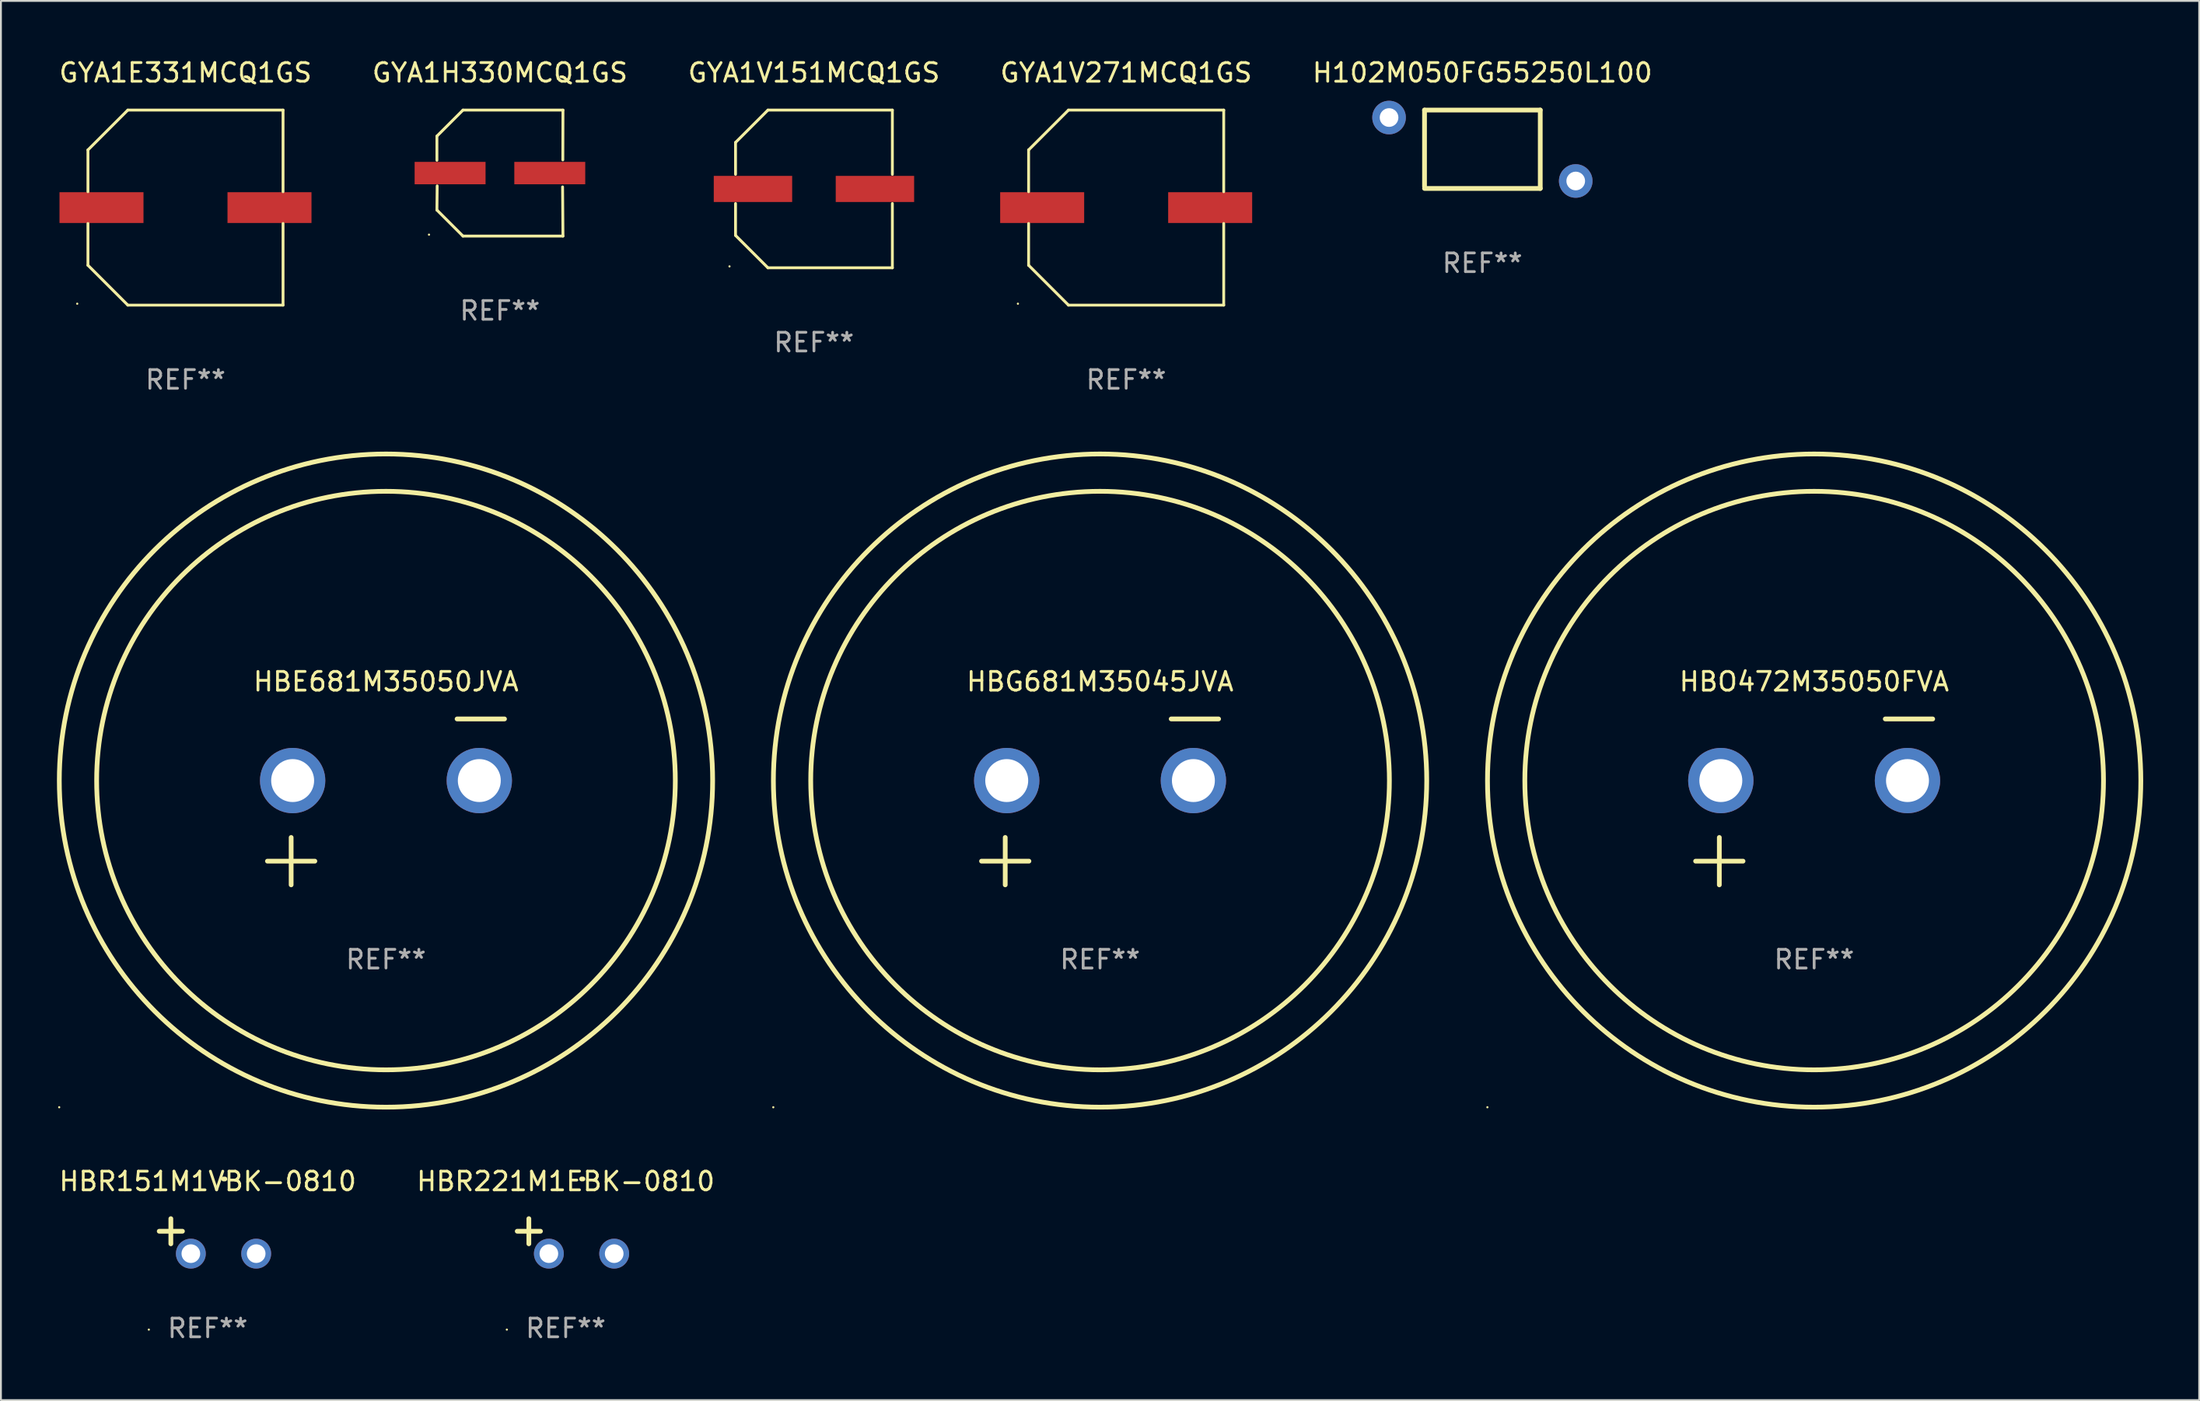
<source format=kicad_pcb>
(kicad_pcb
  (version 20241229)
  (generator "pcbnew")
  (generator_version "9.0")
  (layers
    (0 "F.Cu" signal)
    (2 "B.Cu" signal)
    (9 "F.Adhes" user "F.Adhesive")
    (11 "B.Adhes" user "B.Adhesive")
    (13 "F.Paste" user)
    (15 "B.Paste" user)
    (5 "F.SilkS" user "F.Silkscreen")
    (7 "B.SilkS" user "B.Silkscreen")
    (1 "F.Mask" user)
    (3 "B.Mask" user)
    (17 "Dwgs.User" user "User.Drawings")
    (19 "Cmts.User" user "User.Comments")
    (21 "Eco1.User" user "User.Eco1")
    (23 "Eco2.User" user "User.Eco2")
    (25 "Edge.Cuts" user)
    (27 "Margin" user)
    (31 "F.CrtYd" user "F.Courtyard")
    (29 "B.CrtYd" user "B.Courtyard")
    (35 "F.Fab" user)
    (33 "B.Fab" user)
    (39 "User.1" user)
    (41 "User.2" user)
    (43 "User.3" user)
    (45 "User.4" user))
  (footprint "HBO472M35050FVA"
    (layer "F.Cu")
    (at 94.136 39.919)
    (property "Reference" "HBO472M35050FVA" (at 0 -6.445 0) (layer "F.SilkS") (effects (font (size 1 1) (thickness 0.15))))
    (attr through_hole)
    (fp_line (start -6.35 3.175) (end -3.81 3.175) (stroke (width 0.254) (type solid)) (layer "F.SilkS"))
    (fp_line (start -5.08 1.905) (end -5.08 4.445) (stroke (width 0.254) (type solid)) (layer "F.SilkS"))
    (fp_line (start 3.81 -4.445) (end 6.35 -4.445) (stroke (width 0.254) (type solid)) (layer "F.SilkS"))
    (fp_circle (center -17.505 16.362) (end -17.475 16.362) (stroke (width 0.06) (type solid)) (fill no) (layer "F.SilkS"))
    (fp_circle (center 0 -1.143) (end 15.5 -1.143) (stroke (width 0.254) (type solid)) (fill no) (layer "F.SilkS"))
    (fp_circle (center 0 -1.143) (end 17.5 -1.143) (stroke (width 0.254) (type solid)) (fill no) (layer "F.SilkS"))
    (fp_text user "REF**" (at 0 8.445 0) (layer "F.Fab") (effects (font (size 1 1) (thickness 0.15))))
    (pad "1" thru_hole circle (at -5 -1.143) (size 3.5 3.5) (drill 2.3) (layers "*.Cu" "*.Mask"))
    (pad "2" thru_hole circle (at 5 -1.143) (size 3.5 3.5) (drill 2.3) (layers "*.Cu" "*.Mask")))
  (footprint "GYA1E331MCQ1GS"
    (layer "F.Cu")
    (at 6.887 8.074)
    (property "Reference" "GYA1E331MCQ1GS" (at 0 -7.226 0) (layer "F.SilkS") (effects (font (size 1 1) (thickness 0.15))))
    (attr through_hole)
    (fp_line (start -5.226 -3.09) (end -5.226 -0.852) (stroke (width 0.152) (type solid)) (layer "F.SilkS"))
    (fp_line (start -5.226 3.09) (end -5.226 0.852) (stroke (width 0.152) (type solid)) (layer "F.SilkS"))
    (fp_line (start -3.09 -5.226) (end -5.226 -3.09) (stroke (width 0.152) (type solid)) (layer "F.SilkS"))
    (fp_line (start -3.09 5.226) (end -5.226 3.09) (stroke (width 0.152) (type solid)) (layer "F.SilkS"))
    (fp_line (start 5.226 -5.226) (end -3.09 -5.226) (stroke (width 0.152) (type solid)) (layer "F.SilkS"))
    (fp_line (start 5.226 -0.852) (end 5.226 -5.226) (stroke (width 0.152) (type solid)) (layer "F.SilkS"))
    (fp_line (start 5.226 0.852) (end 5.226 5.226) (stroke (width 0.152) (type solid)) (layer "F.SilkS"))
    (fp_line (start 5.226 5.226) (end -3.09 5.226) (stroke (width 0.152) (type solid)) (layer "F.SilkS"))
    (fp_circle (center -5.8 5.15) (end -5.77 5.15) (stroke (width 0.06) (type solid)) (fill no) (layer "F.SilkS"))
    (fp_text user "REF**" (at 0 9.226 0) (layer "F.Fab") (effects (font (size 1 1) (thickness 0.15))))
    (pad "1" smd rect (at -4.5 0) (size 4.5 1.65) (layers "F.Cu" "F.Mask" "F.Paste"))
    (pad "2" smd rect (at 4.5 0) (size 4.5 1.65) (layers "F.Cu" "F.Mask" "F.Paste")))
  (footprint "GYA1H330MCQ1GS"
    (layer "F.Cu")
    (at 23.732 6.224)
    (property "Reference" "GYA1H330MCQ1GS" (at 0 -5.376 0) (layer "F.SilkS") (effects (font (size 1 1) (thickness 0.15))))
    (attr through_hole)
    (fp_line (start -3.376 -1.98) (end -3.376 -0.686) (stroke (width 0.152) (type solid)) (layer "F.SilkS"))
    (fp_line (start -3.376 1.981) (end -3.362 0.686) (stroke (width 0.152) (type solid)) (layer "F.SilkS"))
    (fp_line (start -1.981 3.376) (end -3.376 1.981) (stroke (width 0.152) (type solid)) (layer "F.SilkS"))
    (fp_line (start -1.98 -3.376) (end -3.376 -1.98) (stroke (width 0.152) (type solid)) (layer "F.SilkS"))
    (fp_line (start 3.356 0.74) (end 3.376 3.376) (stroke (width 0.152) (type solid)) (layer "F.SilkS"))
    (fp_line (start 3.369 -0.707) (end 3.376 -3.376) (stroke (width 0.152) (type solid)) (layer "F.SilkS"))
    (fp_line (start 3.376 3.376) (end -1.981 3.376) (stroke (width 0.152) (type solid)) (layer "F.SilkS"))
    (fp_line (start 3.376 -3.376) (end -1.98 -3.376) (stroke (width 0.152) (type solid)) (layer "F.SilkS"))
    (fp_circle (center -3.8 3.3) (end -3.77 3.3) (stroke (width 0.06) (type solid)) (fill no) (layer "F.SilkS"))
    (fp_text user "REF**" (at 0 7.376 0) (layer "F.Fab") (effects (font (size 1 1) (thickness 0.15))))
    (pad "1" smd rect (at -2.67 0.000254) (size 3.8 1.2) (layers "F.Cu" "F.Mask" "F.Paste"))
    (pad "2" smd rect (at 2.67 0.000254) (size 3.8 1.2) (layers "F.Cu" "F.Mask" "F.Paste")))
  (footprint "H102M050FG55250L100"
    (layer "F.Cu")
    (at 76.363 4.948)
    (property "Reference" "H102M050FG55250L100" (at 0 -4.1 0) (layer "F.SilkS") (effects (font (size 1 1) (thickness 0.15))))
    (attr through_hole)
    (fp_line (start -3.1 -2.1) (end -3.1 2) (stroke (width 0.254) (type solid)) (layer "F.SilkS"))
    (fp_line (start -3.1 -2.1) (end 3.1 -2.1) (stroke (width 0.254) (type solid)) (layer "F.SilkS"))
    (fp_line (start -3.1 2.1) (end 3.1 2.1) (stroke (width 0.254) (type solid)) (layer "F.SilkS"))
    (fp_line (start 3.1 -2.1) (end 3.1 2.1) (stroke (width 0.254) (type solid)) (layer "F.SilkS"))
    (fp_circle (center -5.275 -2) (end -5.245 -2) (stroke (width 0.06) (type solid)) (fill no) (layer "F.SilkS"))
    (fp_text user "REF**" (at 0 6.1 0) (layer "F.Fab") (effects (font (size 1 1) (thickness 0.15))))
    (pad "1" thru_hole circle (at -5 -1.7) (size 1.8 1.8) (drill 1) (layers "*.Cu" "*.Mask"))
    (pad "2" thru_hole circle (at 5 1.7) (size 1.8 1.8) (drill 1) (layers "*.Cu" "*.Mask")))
  (footprint "HBE681M35050JVA"
    (layer "F.Cu")
    (at 17.627 39.919)
    (property "Reference" "HBE681M35050JVA" (at 0 -6.445 0) (layer "F.SilkS") (effects (font (size 1 1) (thickness 0.15))))
    (attr through_hole)
    (fp_line (start -6.35 3.175) (end -3.81 3.175) (stroke (width 0.254) (type solid)) (layer "F.SilkS"))
    (fp_line (start -5.08 1.905) (end -5.08 4.445) (stroke (width 0.254) (type solid)) (layer "F.SilkS"))
    (fp_line (start 3.81 -4.445) (end 6.35 -4.445) (stroke (width 0.254) (type solid)) (layer "F.SilkS"))
    (fp_circle (center -17.505 16.362) (end -17.475 16.362) (stroke (width 0.06) (type solid)) (fill no) (layer "F.SilkS"))
    (fp_circle (center 0 -1.143) (end 15.5 -1.143) (stroke (width 0.254) (type solid)) (fill no) (layer "F.SilkS"))
    (fp_circle (center 0 -1.143) (end 17.5 -1.143) (stroke (width 0.254) (type solid)) (fill no) (layer "F.SilkS"))
    (fp_text user "REF**" (at 0 8.445 0) (layer "F.Fab") (effects (font (size 1 1) (thickness 0.15))))
    (pad "1" thru_hole circle (at -5 -1.143) (size 3.5 3.5) (drill 2.3) (layers "*.Cu" "*.Mask"))
    (pad "2" thru_hole circle (at 5 -1.143) (size 3.5 3.5) (drill 2.3) (layers "*.Cu" "*.Mask")))
  (footprint "HBR221M1EBK-0810"
    (layer "F.Cu")
    (at 27.256 63.188)
    (property "Reference" "HBR221M1EBK-0810" (at 0 -2.937 0) (layer "F.SilkS") (effects (font (size 1 1) (thickness 0.15))))
    (attr through_hole)
    (fp_line (start -1.975 0.41) (end -1.975 -0.937) (stroke (width 0.254) (type solid)) (layer "F.SilkS"))
    (fp_line (start -1.353 -0.263) (end -2.597 -0.263) (stroke (width 0.254) (type solid)) (layer "F.SilkS"))
    (fp_arc (start 0.849809 -3.063957) (mid 0.885369 -3.064114) (end 0.920929 -3.063957) (stroke (width 0.254001) (type solid)) (layer "F.SilkS"))
    (fp_circle (center -3.154 5.008) (end -3.124 5.008) (stroke (width 0.06) (type solid)) (fill no) (layer "F.SilkS"))
    (fp_text user "REF**" (at 0 4.937 0) (layer "F.Fab") (effects (font (size 1 1) (thickness 0.15))))
    (pad "1" thru_hole circle (at -0.903 0.937) (size 1.6 1.6) (drill 1) (layers "*.Cu" "*.Mask"))
    (pad "2" thru_hole circle (at 2.597 0.937) (size 1.6 1.6) (drill 1) (layers "*.Cu" "*.Mask")))
  (footprint "HBR151M1VBK-0810"
    (layer "F.Cu")
    (at 8.077 63.188)
    (property "Reference" "HBR151M1VBK-0810" (at 0 -2.937 0) (layer "F.SilkS") (effects (font (size 1 1) (thickness 0.15))))
    (attr through_hole)
    (fp_line (start -1.975 0.41) (end -1.975 -0.937) (stroke (width 0.254) (type solid)) (layer "F.SilkS"))
    (fp_line (start -1.353 -0.263) (end -2.597 -0.263) (stroke (width 0.254) (type solid)) (layer "F.SilkS"))
    (fp_arc (start 0.849809 -3.063957) (mid 0.885369 -3.064114) (end 0.920929 -3.063957) (stroke (width 0.254001) (type solid)) (layer "F.SilkS"))
    (fp_circle (center -3.154 5.008) (end -3.124 5.008) (stroke (width 0.06) (type solid)) (fill no) (layer "F.SilkS"))
    (fp_text user "REF**" (at 0 4.937 0) (layer "F.Fab") (effects (font (size 1 1) (thickness 0.15))))
    (pad "1" thru_hole circle (at -0.903 0.937) (size 1.6 1.6) (drill 1) (layers "*.Cu" "*.Mask"))
    (pad "2" thru_hole circle (at 2.597 0.937) (size 1.6 1.6) (drill 1) (layers "*.Cu" "*.Mask")))
  (footprint "HBG681M35045JVA"
    (layer "F.Cu")
    (at 55.881 39.919)
    (property "Reference" "HBG681M35045JVA" (at 0 -6.445 0) (layer "F.SilkS") (effects (font (size 1 1) (thickness 0.15))))
    (attr through_hole)
    (fp_line (start -6.35 3.175) (end -3.81 3.175) (stroke (width 0.254) (type solid)) (layer "F.SilkS"))
    (fp_line (start -5.08 1.905) (end -5.08 4.445) (stroke (width 0.254) (type solid)) (layer "F.SilkS"))
    (fp_line (start 3.81 -4.445) (end 6.35 -4.445) (stroke (width 0.254) (type solid)) (layer "F.SilkS"))
    (fp_circle (center -17.505 16.362) (end -17.475 16.362) (stroke (width 0.06) (type solid)) (fill no) (layer "F.SilkS"))
    (fp_circle (center 0 -1.143) (end 15.5 -1.143) (stroke (width 0.254) (type solid)) (fill no) (layer "F.SilkS"))
    (fp_circle (center 0 -1.143) (end 17.5 -1.143) (stroke (width 0.254) (type solid)) (fill no) (layer "F.SilkS"))
    (fp_text user "REF**" (at 0 8.445 0) (layer "F.Fab") (effects (font (size 1 1) (thickness 0.15))))
    (pad "1" thru_hole circle (at -5 -1.143) (size 3.5 3.5) (drill 2.3) (layers "*.Cu" "*.Mask"))
    (pad "2" thru_hole circle (at 5 -1.143) (size 3.5 3.5) (drill 2.3) (layers "*.Cu" "*.Mask")))
  (footprint "GYA1V151MCQ1GS"
    (layer "F.Cu")
    (at 40.554 7.074)
    (property "Reference" "GYA1V151MCQ1GS" (at 0 -6.226 0) (layer "F.SilkS") (effects (font (size 1 1) (thickness 0.15))))
    (attr through_hole)
    (fp_line (start -4.201 -2.49) (end -4.201 -0.782) (stroke (width 0.152) (type solid)) (layer "F.SilkS"))
    (fp_line (start -4.201 2.49) (end -4.201 0.782) (stroke (width 0.152) (type solid)) (layer "F.SilkS"))
    (fp_line (start -2.465 -4.226) (end -4.201 -2.49) (stroke (width 0.152) (type solid)) (layer "F.SilkS"))
    (fp_line (start -2.465 4.226) (end -4.201 2.49) (stroke (width 0.152) (type solid)) (layer "F.SilkS"))
    (fp_line (start 4.201 -4.226) (end -2.465 -4.226) (stroke (width 0.152) (type solid)) (layer "F.SilkS"))
    (fp_line (start 4.201 -0.782) (end 4.201 -4.226) (stroke (width 0.152) (type solid)) (layer "F.SilkS"))
    (fp_line (start 4.201 0.782) (end 4.201 4.226) (stroke (width 0.152) (type solid)) (layer "F.SilkS"))
    (fp_line (start 4.201 4.226) (end -2.465 4.226) (stroke (width 0.152) (type solid)) (layer "F.SilkS"))
    (fp_circle (center -4.524 4.15) (end -4.494 4.15) (stroke (width 0.06) (type solid)) (fill no) (layer "F.SilkS"))
    (fp_text user "REF**" (at 0 8.226 0) (layer "F.Fab") (effects (font (size 1 1) (thickness 0.15))))
    (pad "1" smd rect (at -3.267 0) (size 4.2 1.4) (layers "F.Cu" "F.Mask" "F.Paste"))
    (pad "2" smd rect (at 3.267 0) (size 4.2 1.4) (layers "F.Cu" "F.Mask" "F.Paste")))
  (footprint "GYA1V271MCQ1GS"
    (layer "F.Cu")
    (at 57.28 8.074)
    (property "Reference" "GYA1V271MCQ1GS" (at 0 -7.226 0) (layer "F.SilkS") (effects (font (size 1 1) (thickness 0.15))))
    (attr through_hole)
    (fp_line (start -5.226 -3.09) (end -5.226 -0.852) (stroke (width 0.152) (type solid)) (layer "F.SilkS"))
    (fp_line (start -5.226 3.09) (end -5.226 0.852) (stroke (width 0.152) (type solid)) (layer "F.SilkS"))
    (fp_line (start -3.09 -5.226) (end -5.226 -3.09) (stroke (width 0.152) (type solid)) (layer "F.SilkS"))
    (fp_line (start -3.09 5.226) (end -5.226 3.09) (stroke (width 0.152) (type solid)) (layer "F.SilkS"))
    (fp_line (start 5.226 -5.226) (end -3.09 -5.226) (stroke (width 0.152) (type solid)) (layer "F.SilkS"))
    (fp_line (start 5.226 -0.852) (end 5.226 -5.226) (stroke (width 0.152) (type solid)) (layer "F.SilkS"))
    (fp_line (start 5.226 0.852) (end 5.226 5.226) (stroke (width 0.152) (type solid)) (layer "F.SilkS"))
    (fp_line (start 5.226 5.226) (end -3.09 5.226) (stroke (width 0.152) (type solid)) (layer "F.SilkS"))
    (fp_circle (center -5.8 5.15) (end -5.77 5.15) (stroke (width 0.06) (type solid)) (fill no) (layer "F.SilkS"))
    (fp_text user "REF**" (at 0 9.226 0) (layer "F.Fab") (effects (font (size 1 1) (thickness 0.15))))
    (pad "1" smd rect (at -4.5 0) (size 4.5 1.65) (layers "F.Cu" "F.Mask" "F.Paste"))
    (pad "2" smd rect (at 4.5 0) (size 4.5 1.65) (layers "F.Cu" "F.Mask" "F.Paste")))
  (gr_rect
    (start -3 -3)
    (end 114.763 71.973)
    (stroke (width 0.1) (type default))
    (fill no)
    (layer "Edge.Cuts")))
</source>
